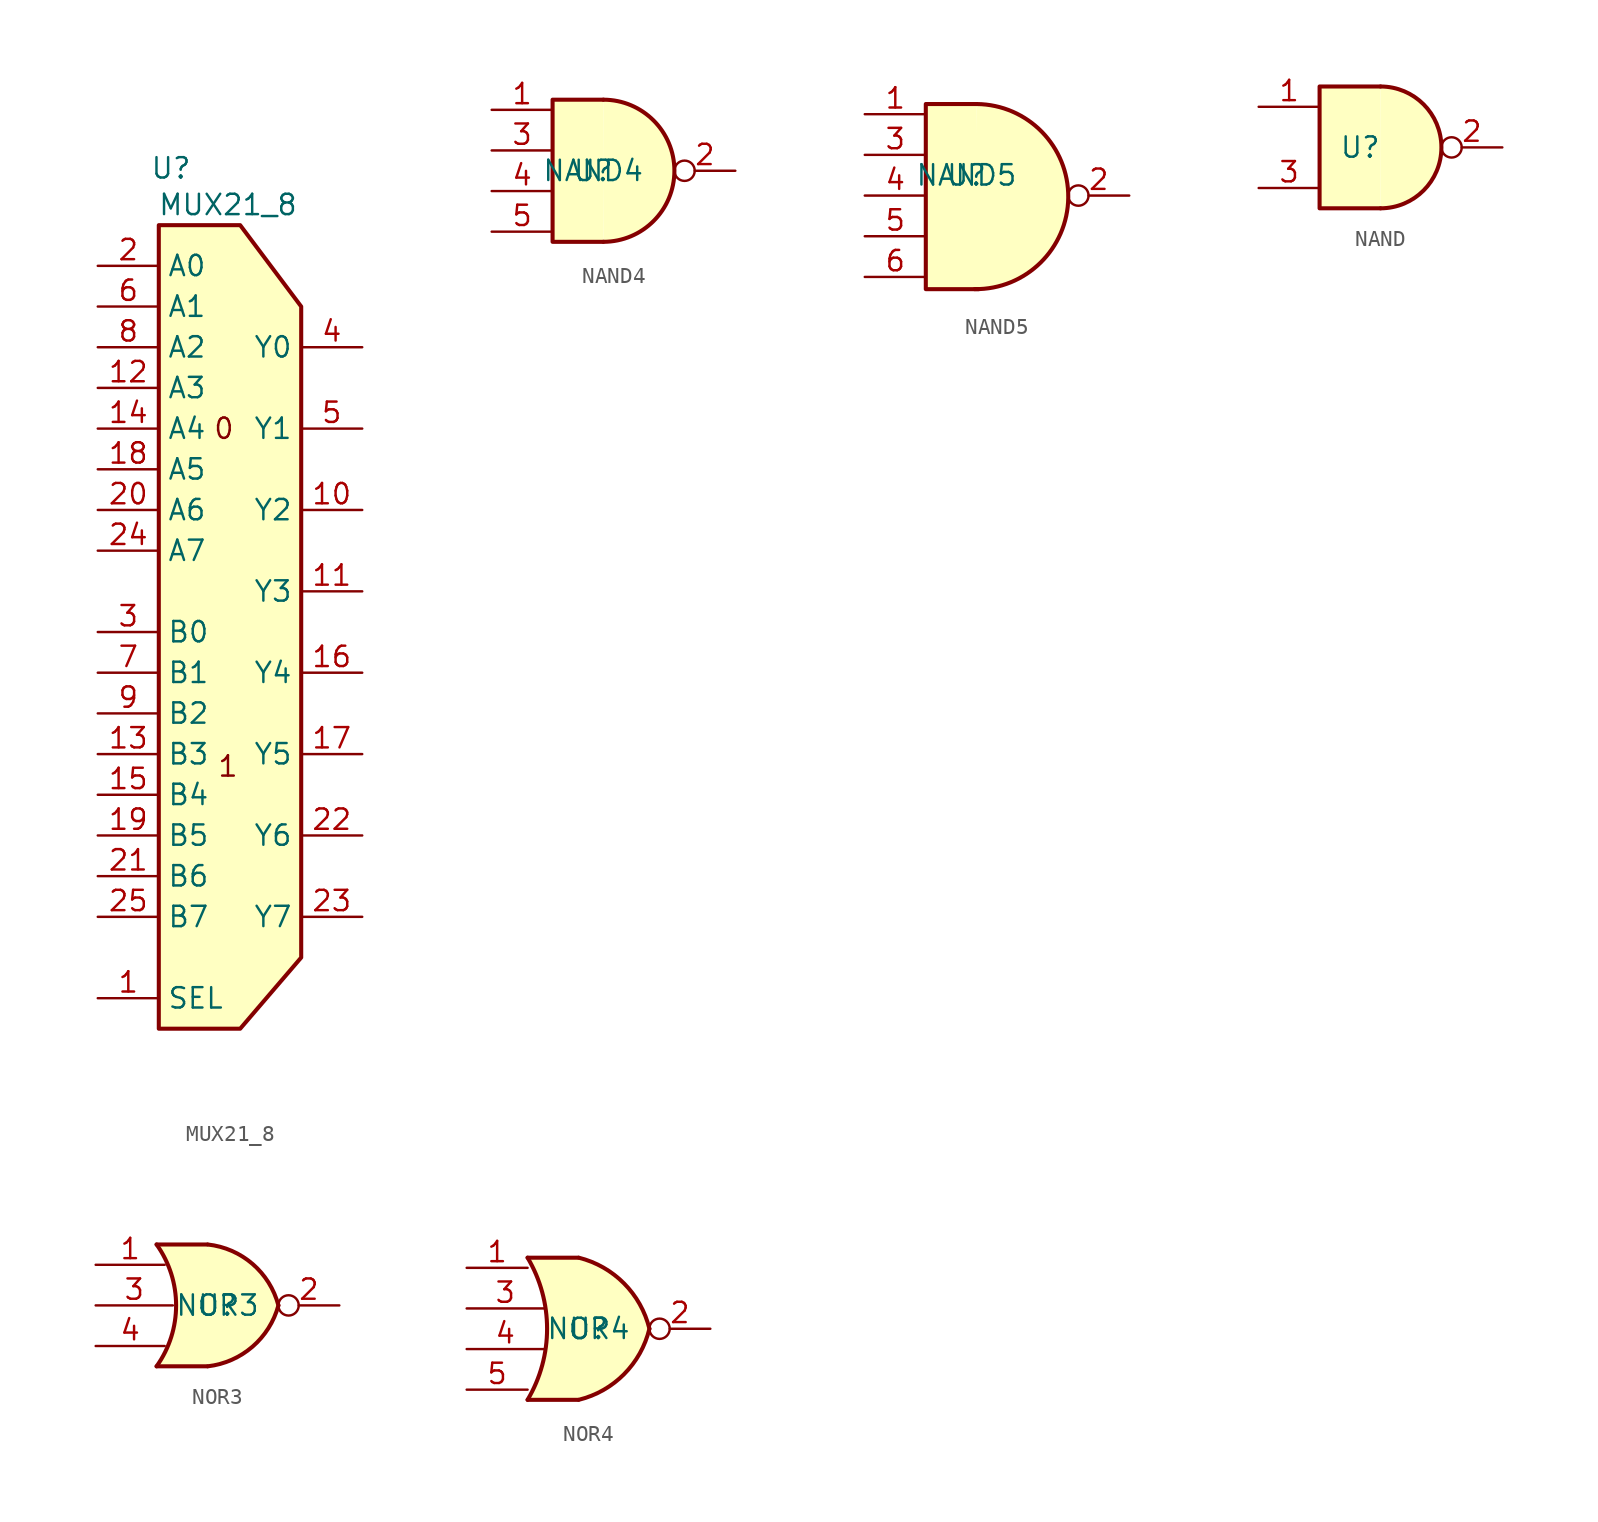
<source format=kicad_sym>
(kicad_symbol_lib
  (version 20231120)
  (generator "kicad_symbol_editor")
  (generator_version "8.0")
  (symbol "MUX21_8"
    (property "Reference" "U"
      (at 0.762 3.556 0)
      (effects (font (size 1.27 1.27))))
    (property "Value" "MUX21_8"
      (at 4.318 1.27 0)
      (effects (font (size 1.27 1.27))))
    (symbol "MUX21_8_1_1"
      (polyline (pts (xy 0 0) (xy 0 -50.165) (xy 5.08 -50.165) (xy 8.89 -45.72) (xy 8.89 -5.08) (xy 5.08 0) (xy 0 0)) (stroke (width 0.254) (type default)) (fill (type background)))
      (text "0" (at 4.064 -12.7 0) (effects (font (size 1.27 1.27))))
      (text "1" (at 4.318 -33.782 0) (effects (font (size 1.27 1.27))))
      (pin input line (at -3.81 -48.26 0) (length 3.81) (name "SEL" (effects (font (size 1.27 1.27)))) (number "1" (effects (font (size 1.27 1.27)))))
      (pin output line (at 12.7 -17.78 180) (length 3.81) (name "Y2" (effects (font (size 1.27 1.27)))) (number "10" (effects (font (size 1.27 1.27)))))
      (pin output line (at 12.7 -22.86 180) (length 3.81) (name "Y3" (effects (font (size 1.27 1.27)))) (number "11" (effects (font (size 1.27 1.27)))))
      (pin input line (at -3.81 -10.16 0) (length 3.81) (name "A3" (effects (font (size 1.27 1.27)))) (number "12" (effects (font (size 1.27 1.27)))))
      (pin input line (at -3.81 -33.02 0) (length 3.81) (name "B3" (effects (font (size 1.27 1.27)))) (number "13" (effects (font (size 1.27 1.27)))))
      (pin input line (at -3.81 -12.7 0) (length 3.81) (name "A4" (effects (font (size 1.27 1.27)))) (number "14" (effects (font (size 1.27 1.27)))))
      (pin input line (at -3.81 -35.56 0) (length 3.81) (name "B4" (effects (font (size 1.27 1.27)))) (number "15" (effects (font (size 1.27 1.27)))))
      (pin output line (at 12.7 -27.94 180) (length 3.81) (name "Y4" (effects (font (size 1.27 1.27)))) (number "16" (effects (font (size 1.27 1.27)))))
      (pin output line (at 12.7 -33.02 180) (length 3.81) (name "Y5" (effects (font (size 1.27 1.27)))) (number "17" (effects (font (size 1.27 1.27)))))
      (pin input line (at -3.81 -15.24 0) (length 3.81) (name "A5" (effects (font (size 1.27 1.27)))) (number "18" (effects (font (size 1.27 1.27)))))
      (pin input line (at -3.81 -38.1 0) (length 3.81) (name "B5" (effects (font (size 1.27 1.27)))) (number "19" (effects (font (size 1.27 1.27)))))
      (pin input line (at -3.81 -2.54 0) (length 3.81) (name "A0" (effects (font (size 1.27 1.27)))) (number "2" (effects (font (size 1.27 1.27)))))
      (pin input line (at -3.81 -17.78 0) (length 3.81) (name "A6" (effects (font (size 1.27 1.27)))) (number "20" (effects (font (size 1.27 1.27)))))
      (pin input line (at -3.81 -40.64 0) (length 3.81) (name "B6" (effects (font (size 1.27 1.27)))) (number "21" (effects (font (size 1.27 1.27)))))
      (pin output line (at 12.7 -38.1 180) (length 3.81) (name "Y6" (effects (font (size 1.27 1.27)))) (number "22" (effects (font (size 1.27 1.27)))))
      (pin output line (at 12.7 -43.18 180) (length 3.81) (name "Y7" (effects (font (size 1.27 1.27)))) (number "23" (effects (font (size 1.27 1.27)))))
      (pin input line (at -3.81 -20.32 0) (length 3.81) (name "A7" (effects (font (size 1.27 1.27)))) (number "24" (effects (font (size 1.27 1.27)))))
      (pin input line (at -3.81 -43.18 0) (length 3.81) (name "B7" (effects (font (size 1.27 1.27)))) (number "25" (effects (font (size 1.27 1.27)))))
      (pin input line (at -3.81 -25.4 0) (length 3.81) (name "B0" (effects (font (size 1.27 1.27)))) (number "3" (effects (font (size 1.27 1.27)))))
      (pin output line (at 12.7 -7.62 180) (length 3.81) (name "Y0" (effects (font (size 1.27 1.27)))) (number "4" (effects (font (size 1.27 1.27)))))
      (pin output line (at 12.7 -12.7 180) (length 3.81) (name "Y1" (effects (font (size 1.27 1.27)))) (number "5" (effects (font (size 1.27 1.27)))))
      (pin input line (at -3.81 -5.08 0) (length 3.81) (name "A1" (effects (font (size 1.27 1.27)))) (number "6" (effects (font (size 1.27 1.27)))))
      (pin input line (at -3.81 -27.94 0) (length 3.81) (name "B1" (effects (font (size 1.27 1.27)))) (number "7" (effects (font (size 1.27 1.27)))))
      (pin input line (at -3.81 -7.62 0) (length 3.81) (name "A2" (effects (font (size 1.27 1.27)))) (number "8" (effects (font (size 1.27 1.27)))))
      (pin input line (at -3.81 -30.48 0) (length 3.81) (name "B2" (effects (font (size 1.27 1.27)))) (number "9" (effects (font (size 1.27 1.27)))))))
  (symbol "NAND4"
    (property "Reference" "U"
      (at 0 0 0)
      (effects (font (size 1.27 1.27))))
    (property "Value" "NAND4"
      (at 0 0 0)
      (effects (font (size 1.27 1.27))))
    (symbol "NAND4_1_1"
      (polyline (pts (xy 0.635 4.445) (xy -2.54 4.445) (xy -2.54 -4.445) (xy 0.635 -4.445)) (stroke (width 0.254) (type default)) (fill (type background)))
      (arc (start 0.635 -4.445) (mid 5.0607 0) (end 0.635 4.445) (stroke (width 0.254) (type default)) (fill (type background)))
      (pin input line (at -6.35 3.81 0) (length 3.81) (name "~" (effects (font (size 1.27 1.27)))) (number "1" (effects (font (size 1.27 1.27)))))
      (pin output inverted (at 8.89 0 180) (length 3.81) (name "~" (effects (font (size 1.27 1.27)))) (number "2" (effects (font (size 1.27 1.27)))))
      (pin input line (at -6.35 1.27 0) (length 3.81) (name "~" (effects (font (size 1.27 1.27)))) (number "3" (effects (font (size 1.27 1.27)))))
      (pin input line (at -6.35 -1.27 0) (length 3.81) (name "~" (effects (font (size 1.27 1.27)))) (number "4" (effects (font (size 1.27 1.27)))))
      (pin input line (at -6.35 -3.81 0) (length 3.81) (name "~" (effects (font (size 1.27 1.27)))) (number "5" (effects (font (size 1.27 1.27)))))))
  (symbol "NAND5"
    (property "Reference" "U"
      (at 0 1.27 0)
      (effects (font (size 1.27 1.27))))
    (property "Value" "NAND5"
      (at 0 1.27 0)
      (effects (font (size 1.27 1.27))))
    (symbol "NAND5_1_1"
      (polyline (pts (xy 0.635 5.715) (xy -2.54 5.715) (xy -2.54 -5.842) (xy 0.762 -5.842)) (stroke (width 0.254) (type default)) (fill (type background)))
      (arc (start 0.508 -5.842) (mid 6.3743 -0.1273) (end 0.635 5.715) (stroke (width 0.254) (type default)) (fill (type background)))
      (pin input line (at -6.35 5.08 0) (length 3.81) (name "~" (effects (font (size 1.27 1.27)))) (number "1" (effects (font (size 1.27 1.27)))))
      (pin output inverted (at 10.16 0 180) (length 3.81) (name "~" (effects (font (size 1.27 1.27)))) (number "2" (effects (font (size 1.27 1.27)))))
      (pin input line (at -6.35 2.54 0) (length 3.81) (name "~" (effects (font (size 1.27 1.27)))) (number "3" (effects (font (size 1.27 1.27)))))
      (pin input line (at -6.35 0 0) (length 3.81) (name "~" (effects (font (size 1.27 1.27)))) (number "4" (effects (font (size 1.27 1.27)))))
      (pin input line (at -6.35 -2.54 0) (length 3.81) (name "~" (effects (font (size 1.27 1.27)))) (number "5" (effects (font (size 1.27 1.27)))))
      (pin input line (at -6.35 -5.08 0) (length 3.81) (name "~" (effects (font (size 1.27 1.27)))) (number "6" (effects (font (size 1.27 1.27)))))))
  (symbol "NAND"
    (property "Reference" "U"
      (at 0 0 0)
      (effects (font (size 1.27 1.27))))
    (symbol "NAND_1_1"
      (polyline (pts (xy 1.27 3.81) (xy -2.54 3.81) (xy -2.54 -3.81) (xy 1.27 -3.81)) (stroke (width 0.254) (type default)) (fill (type background)))
      (arc (start 1.27 -3.81) (mid 5.0634 0) (end 1.27 3.81) (stroke (width 0.254) (type default)) (fill (type background)))
      (pin input line (at -6.35 2.54 0) (length 3.81) (name "~" (effects (font (size 1.27 1.27)))) (number "1" (effects (font (size 1.27 1.27)))))
      (pin output inverted (at 8.89 0 180) (length 3.81) (name "~" (effects (font (size 1.27 1.27)))) (number "2" (effects (font (size 1.27 1.27)))))
      (pin input line (at -6.35 -2.54 0) (length 3.81) (name "~" (effects (font (size 1.27 1.27)))) (number "3" (effects (font (size 1.27 1.27)))))))
  (symbol "NOR3"
    (property "Reference" "U"
      (at 0 0 0)
      (effects (font (size 1.27 1.27))))
    (property "Value" "NOR3"
      (at 0 0 0)
      (effects (font (size 1.27 1.27))))
    (symbol "NOR3_1_1"
      (arc (start -3.81 -3.81) (mid -2.589 0) (end -3.81 3.81) (stroke (width 0.254) (type default)) (fill (type none)))
      (arc (start -0.6096 -3.81) (mid 2.1842 -2.5851) (end 3.81 0) (stroke (width 0.254) (type default)) (fill (type background)))
      (polyline (pts (xy -3.81 -3.81) (xy -0.635 -3.81)) (stroke (width 0.254) (type default)) (fill (type background)))
      (polyline (pts (xy -3.81 3.81) (xy -0.635 3.81)) (stroke (width 0.254) (type default)) (fill (type background)))
      (polyline (pts (xy -0.635 3.81) (xy -3.81 3.81) (xy -3.81 3.81) (xy -3.556 3.404) (xy -3.023 2.261) (xy -2.692 1.041) (xy -2.616 -0.254) (xy -2.769 -1.499) (xy -3.175 -2.718) (xy -3.81 -3.81) (xy -3.81 -3.81) (xy -0.635 -3.81)) (stroke (width -25.4) (type default)) (fill (type background)))
      (arc (start 3.81 0) (mid 2.1915 2.5936) (end -0.6096 3.81) (stroke (width 0.254) (type default)) (fill (type background)))
      (pin input line (at -7.62 2.54 0) (length 4.318) (name "~" (effects (font (size 1.27 1.27)))) (number "1" (effects (font (size 1.27 1.27)))))
      (pin output inverted (at 7.62 0 180) (length 3.81) (name "~" (effects (font (size 1.27 1.27)))) (number "2" (effects (font (size 1.27 1.27)))))
      (pin input line (at -7.62 0 0) (length 4.826) (name "~" (effects (font (size 1.27 1.27)))) (number "3" (effects (font (size 1.27 1.27)))))
      (pin input line (at -7.62 -2.54 0) (length 4.318) (name "~" (effects (font (size 1.27 1.27)))) (number "4" (effects (font (size 1.27 1.27)))))))
  (symbol "NOR4"
    (property "Reference" "U"
      (at 0 0 0)
      (effects (font (size 1.27 1.27))))
    (property "Value" "NOR4"
      (at 0 0 0)
      (effects (font (size 1.27 1.27))))
    (symbol "NOR4_1_1"
      (arc (start -3.81 -4.445) (mid -2.5908 0) (end -3.81 4.445) (stroke (width 0.254) (type default)) (fill (type none)))
      (arc (start -0.6096 -4.445) (mid 2.2246 -2.8422) (end 3.81 0) (stroke (width 0.254) (type default)) (fill (type background)))
      (polyline (pts (xy -3.81 -4.445) (xy -0.635 -4.445)) (stroke (width 0.254) (type default)) (fill (type background)))
      (polyline (pts (xy -3.81 4.445) (xy -0.635 4.445)) (stroke (width 0.254) (type default)) (fill (type background)))
      (polyline (pts (xy -0.635 4.445) (xy -3.81 4.445) (xy -3.81 4.445) (xy -3.632 4.089) (xy -3.099 2.921) (xy -2.769 1.676) (xy -2.616 0.432) (xy -2.642 -0.864) (xy -2.87 -2.108) (xy -3.251 -3.327) (xy -3.81 -4.445) (xy -3.81 -4.445) (xy -0.635 -4.445)) (stroke (width -25.4) (type default)) (fill (type background)))
      (arc (start 3.81 0) (mid 2.2204 2.8379) (end -0.6096 4.445) (stroke (width 0.254) (type default)) (fill (type background)))
      (pin input line (at -7.62 3.81 0) (length 3.81) (name "~" (effects (font (size 1.27 1.27)))) (number "1" (effects (font (size 1.27 1.27)))))
      (pin output inverted (at 7.62 0 180) (length 3.81) (name "~" (effects (font (size 1.27 1.27)))) (number "2" (effects (font (size 1.27 1.27)))))
      (pin input line (at -7.62 1.27 0) (length 4.826) (name "~" (effects (font (size 1.27 1.27)))) (number "3" (effects (font (size 1.27 1.27)))))
      (pin input line (at -7.62 -1.27 0) (length 4.826) (name "~" (effects (font (size 1.27 1.27)))) (number "4" (effects (font (size 1.27 1.27)))))
      (pin input line (at -7.62 -3.81 0) (length 3.81) (name "~" (effects (font (size 1.27 1.27)))) (number "5" (effects (font (size 1.27 1.27))))))))
</source>
